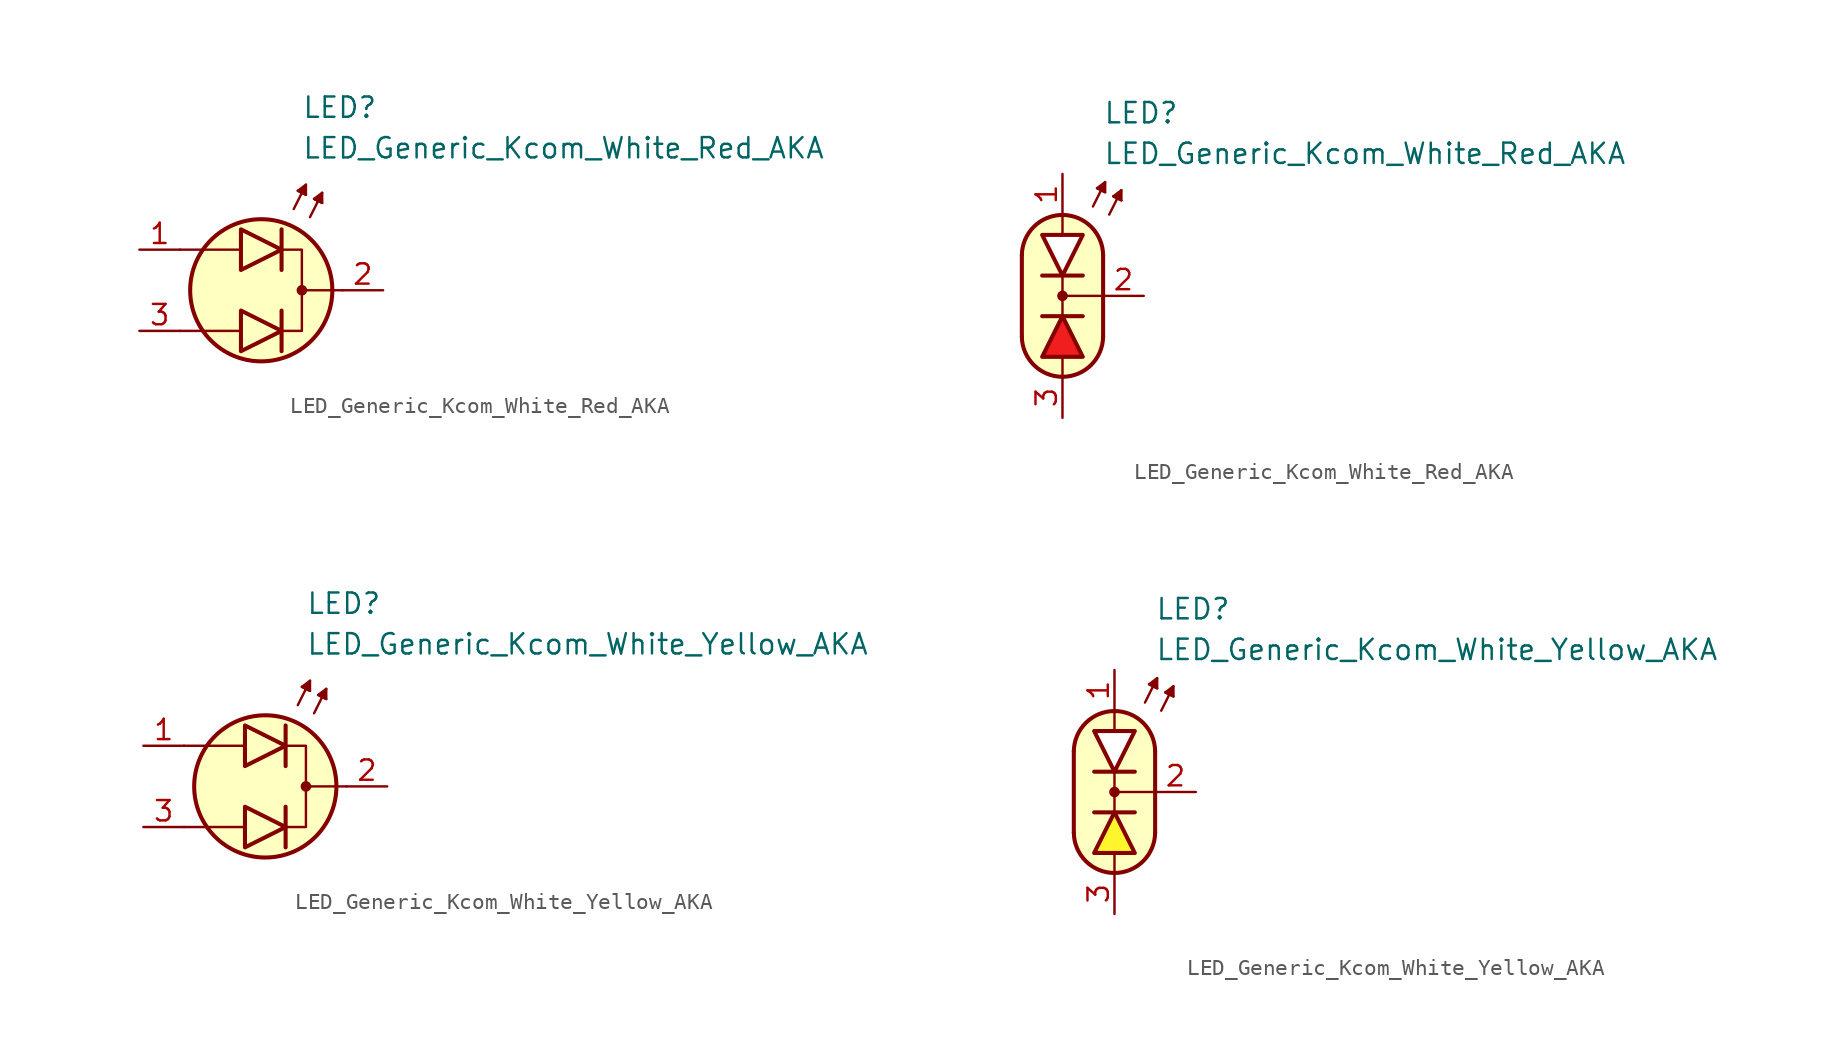
<source format=kicad_sym>
(kicad_symbol_lib
  (version 20231120)
  (generator "kicad_symbol_editor")
  (generator_version "8.0")
  (symbol "LED_Generic_Kcom_White_Red_AKA"
    (pin_names
      (offset 1.016) hide)
    (property "Reference" "LED"
      (at 2.54 11.43 0)
      (effects (font (size 1.27 1.27)) (justify left)))
    (property "Value" "LED_Generic_Kcom_White_Red_AKA"
      (at 2.54 8.89 0)
      (effects (font (size 1.27 1.27)) (justify left)))
    (symbol "LED_Generic_Kcom_White_Red_AKA_0_1"
      (polyline (pts (xy -1.397 -2.54) (xy -5.08 -2.54)) (stroke (width 0.152) (type default)) (fill (type none)))
      (polyline (pts (xy -1.397 2.54) (xy -5.08 2.54)) (stroke (width 0.152) (type default)) (fill (type none)))
      (polyline (pts (xy 1.27 -1.27) (xy 1.27 -3.81)) (stroke (width 0.254) (type default)) (fill (type none)))
      (polyline (pts (xy 1.27 3.81) (xy 1.27 1.27)) (stroke (width 0.254) (type default)) (fill (type none)))
      (polyline (pts (xy 2.032 5.08) (xy 2.794 6.604)) (stroke (width 0.152) (type default)) (fill (type none)))
      (polyline (pts (xy 2.54 6.096) (xy 2.286 6.223)) (stroke (width 0.152) (type default)) (fill (type none)))
      (polyline (pts (xy 2.54 6.096) (xy 2.794 5.969)) (stroke (width 0.152) (type default)) (fill (type none)))
      (polyline (pts (xy 3.048 4.572) (xy 3.81 6.096)) (stroke (width 0.152) (type default)) (fill (type none)))
      (polyline (pts (xy 3.556 5.588) (xy 3.302 5.715)) (stroke (width 0.152) (type default)) (fill (type none)))
      (polyline (pts (xy 3.556 5.588) (xy 3.81 5.461)) (stroke (width 0.152) (type default)) (fill (type none)))
      (polyline (pts (xy 5.08 0) (xy 2.54 0)) (stroke (width 0.152) (type default)) (fill (type none)))
      (polyline (pts (xy -1.27 -1.27) (xy -1.27 -3.81) (xy 1.27 -2.54) (xy -1.27 -1.27)) (stroke (width 0.254) (type default)) (fill (type color) (color 240 30 30 1)))
      (polyline (pts (xy -1.27 3.81) (xy -1.27 1.27) (xy 1.27 2.54) (xy -1.27 3.81)) (stroke (width 0.254) (type default)) (fill (type color) (color 255 255 255 1)))
      (polyline (pts (xy 1.27 2.54) (xy 2.54 2.54) (xy 2.54 -2.54) (xy 1.27 -2.54)) (stroke (width 0.152) (type default)) (fill (type none)))
      (polyline (pts (xy 2.794 5.969) (xy 2.286 6.223) (xy 2.794 6.604) (xy 2.794 5.969)) (stroke (width 0.152) (type default)) (fill (type outline)))
      (polyline (pts (xy 3.81 5.461) (xy 3.302 5.715) (xy 3.81 6.096) (xy 3.81 5.461)) (stroke (width 0.152) (type default)) (fill (type outline)))
      (circle (center 0 0) (radius 4.445) (stroke (width 0.254) (type default)) (fill (type background)))
      (circle (center 2.54 0) (radius 0.254) (stroke (width 0) (type default)) (fill (type outline))))
    (symbol "LED_Generic_Kcom_White_Red_AKA_0_2"
      (arc (start -2.54 -2.54) (mid 0 -5.0576) (end 2.54 -2.54) (stroke (width 0.254) (type default)) (fill (type none)))
      (polyline (pts (xy -2.54 2.54) (xy -2.54 -2.54)) (stroke (width 0.254) (type default)) (fill (type none)))
      (polyline (pts (xy -1.27 -1.27) (xy 1.27 -1.27)) (stroke (width 0.254) (type default)) (fill (type none)))
      (polyline (pts (xy 0 -5.08) (xy 0 -3.81)) (stroke (width 0) (type default)) (fill (type none)))
      (polyline (pts (xy 0 -1.27) (xy 0 1.27)) (stroke (width 0) (type default)) (fill (type none)))
      (polyline (pts (xy 0 5.08) (xy 0 3.81)) (stroke (width 0) (type default)) (fill (type none)))
      (polyline (pts (xy 1.27 1.27) (xy -1.27 1.27)) (stroke (width 0.254) (type default)) (fill (type none)))
      (polyline (pts (xy 1.905 5.588) (xy 2.667 7.112)) (stroke (width 0.152) (type default)) (fill (type none)))
      (polyline (pts (xy 2.413 6.604) (xy 2.159 6.731)) (stroke (width 0.152) (type default)) (fill (type none)))
      (polyline (pts (xy 2.413 6.604) (xy 2.667 6.477)) (stroke (width 0.152) (type default)) (fill (type none)))
      (polyline (pts (xy 2.54 -2.54) (xy 2.54 2.54)) (stroke (width 0.254) (type default)) (fill (type none)))
      (polyline (pts (xy 2.54 0) (xy 0 0)) (stroke (width 0) (type default)) (fill (type none)))
      (polyline (pts (xy 2.921 5.08) (xy 3.683 6.604)) (stroke (width 0.152) (type default)) (fill (type none)))
      (polyline (pts (xy 3.429 6.096) (xy 3.175 6.223)) (stroke (width 0.152) (type default)) (fill (type none)))
      (polyline (pts (xy 3.429 6.096) (xy 3.683 5.969)) (stroke (width 0.152) (type default)) (fill (type none)))
      (polyline (pts (xy 2.667 6.477) (xy 2.159 6.731) (xy 2.667 7.112) (xy 2.667 6.477)) (stroke (width 0.152) (type default)) (fill (type outline)))
      (polyline (pts (xy 3.683 5.969) (xy 3.175 6.223) (xy 3.683 6.604) (xy 3.683 5.969)) (stroke (width 0.152) (type default)) (fill (type outline)))
      (polyline (pts (xy 0 5.08) (xy 1.016 4.826) (xy 1.778 4.318) (xy 2.286 3.556) (xy 2.54 3.048) (xy 2.54 -2.794) (xy 2.286 -3.556) (xy 1.778 -4.318) (xy 1.016 -4.826) (xy 0.254 -5.08) (xy -0.254 -5.08) (xy -1.016 -4.826) (xy -1.524 -4.572) (xy -2.032 -4.064) (xy -2.286 -3.556) (xy -2.54 -2.794) (xy -2.54 2.794) (xy -2.286 3.556) (xy -2.032 4.064) (xy -1.524 4.572) (xy -1.016 4.826) (xy 0 5.08)) (stroke (width 0.01) (type default)) (fill (type background)))
      (circle (center 0 0) (radius 0.254) (stroke (width 0) (type default)) (fill (type outline)))
      (arc (start 2.54 2.54) (mid 0 5.0576) (end -2.54 2.54) (stroke (width 0.254) (type default)) (fill (type none))))
    (symbol "LED_Generic_Kcom_White_Red_AKA_1_1"
      (pin passive line (at -7.62 2.54 0) (length 2.54) (name "A1" (effects (font (size 1.27 1.27)))) (number "1" (effects (font (size 1.27 1.27)))))
      (pin passive line (at 7.62 0 180) (length 2.54) (name "K" (effects (font (size 1.27 1.27)))) (number "2" (effects (font (size 1.27 1.27)))))
      (pin passive line (at -7.62 -2.54 0) (length 2.54) (name "A2" (effects (font (size 1.27 1.27)))) (number "3" (effects (font (size 1.27 1.27))))))
    (symbol "LED_Generic_Kcom_White_Red_AKA_1_2"
      (polyline (pts (xy -1.27 -3.81) (xy 1.27 -3.81) (xy 0 -1.27) (xy -1.27 -3.81)) (stroke (width 0.254) (type default)) (fill (type color) (color 240 30 30 1)))
      (polyline (pts (xy 1.27 3.81) (xy -1.27 3.81) (xy 0 1.27) (xy 1.27 3.81)) (stroke (width 0.254) (type default)) (fill (type color) (color 255 255 255 1)))
      (pin passive line (at 0 7.62 270) (length 2.54) (name "A1" (effects (font (size 1.27 1.27)))) (number "1" (effects (font (size 1.27 1.27)))))
      (pin passive line (at 5.08 0 180) (length 2.54) (name "K" (effects (font (size 1.27 1.27)))) (number "2" (effects (font (size 1.27 1.27)))))
      (pin passive line (at 0 -7.62 90) (length 2.54) (name "A2" (effects (font (size 1.27 1.27)))) (number "3" (effects (font (size 1.27 1.27)))))))
  (symbol "LED_Generic_Kcom_White_Yellow_AKA"
    (pin_names
      (offset 1.016) hide)
    (property "Reference" "LED"
      (at 2.54 11.43 0)
      (effects (font (size 1.27 1.27)) (justify left)))
    (property "Value" "LED_Generic_Kcom_White_Yellow_AKA"
      (at 2.54 8.89 0)
      (effects (font (size 1.27 1.27)) (justify left)))
    (symbol "LED_Generic_Kcom_White_Yellow_AKA_0_1"
      (polyline (pts (xy -1.397 -2.54) (xy -5.08 -2.54)) (stroke (width 0.152) (type default)) (fill (type none)))
      (polyline (pts (xy -1.397 2.54) (xy -5.08 2.54)) (stroke (width 0.152) (type default)) (fill (type none)))
      (polyline (pts (xy 1.27 -1.27) (xy 1.27 -3.81)) (stroke (width 0.254) (type default)) (fill (type none)))
      (polyline (pts (xy 1.27 3.81) (xy 1.27 1.27)) (stroke (width 0.254) (type default)) (fill (type none)))
      (polyline (pts (xy 2.032 5.08) (xy 2.794 6.604)) (stroke (width 0.152) (type default)) (fill (type none)))
      (polyline (pts (xy 2.54 6.096) (xy 2.286 6.223)) (stroke (width 0.152) (type default)) (fill (type none)))
      (polyline (pts (xy 2.54 6.096) (xy 2.794 5.969)) (stroke (width 0.152) (type default)) (fill (type none)))
      (polyline (pts (xy 3.048 4.572) (xy 3.81 6.096)) (stroke (width 0.152) (type default)) (fill (type none)))
      (polyline (pts (xy 3.556 5.588) (xy 3.302 5.715)) (stroke (width 0.152) (type default)) (fill (type none)))
      (polyline (pts (xy 3.556 5.588) (xy 3.81 5.461)) (stroke (width 0.152) (type default)) (fill (type none)))
      (polyline (pts (xy 5.08 0) (xy 2.54 0)) (stroke (width 0.152) (type default)) (fill (type none)))
      (polyline (pts (xy -1.27 -1.27) (xy -1.27 -3.81) (xy 1.27 -2.54) (xy -1.27 -1.27)) (stroke (width 0.254) (type default)) (fill (type color) (color 255 245 45 1)))
      (polyline (pts (xy -1.27 3.81) (xy -1.27 1.27) (xy 1.27 2.54) (xy -1.27 3.81)) (stroke (width 0.254) (type default)) (fill (type color) (color 255 255 255 1)))
      (polyline (pts (xy 1.27 2.54) (xy 2.54 2.54) (xy 2.54 -2.54) (xy 1.27 -2.54)) (stroke (width 0.152) (type default)) (fill (type none)))
      (polyline (pts (xy 2.794 5.969) (xy 2.286 6.223) (xy 2.794 6.604) (xy 2.794 5.969)) (stroke (width 0.152) (type default)) (fill (type outline)))
      (polyline (pts (xy 3.81 5.461) (xy 3.302 5.715) (xy 3.81 6.096) (xy 3.81 5.461)) (stroke (width 0.152) (type default)) (fill (type outline)))
      (circle (center 0 0) (radius 4.445) (stroke (width 0.254) (type default)) (fill (type background)))
      (circle (center 2.54 0) (radius 0.254) (stroke (width 0) (type default)) (fill (type outline))))
    (symbol "LED_Generic_Kcom_White_Yellow_AKA_0_2"
      (arc (start -2.54 -2.54) (mid 0 -5.0576) (end 2.54 -2.54) (stroke (width 0.254) (type default)) (fill (type none)))
      (polyline (pts (xy -2.54 2.54) (xy -2.54 -2.54)) (stroke (width 0.254) (type default)) (fill (type none)))
      (polyline (pts (xy -1.27 -1.27) (xy 1.27 -1.27)) (stroke (width 0.254) (type default)) (fill (type none)))
      (polyline (pts (xy 0 -5.08) (xy 0 -3.81)) (stroke (width 0) (type default)) (fill (type none)))
      (polyline (pts (xy 0 -1.27) (xy 0 1.27)) (stroke (width 0) (type default)) (fill (type none)))
      (polyline (pts (xy 0 5.08) (xy 0 3.81)) (stroke (width 0) (type default)) (fill (type none)))
      (polyline (pts (xy 1.27 1.27) (xy -1.27 1.27)) (stroke (width 0.254) (type default)) (fill (type none)))
      (polyline (pts (xy 1.905 5.588) (xy 2.667 7.112)) (stroke (width 0.152) (type default)) (fill (type none)))
      (polyline (pts (xy 2.413 6.604) (xy 2.159 6.731)) (stroke (width 0.152) (type default)) (fill (type none)))
      (polyline (pts (xy 2.413 6.604) (xy 2.667 6.477)) (stroke (width 0.152) (type default)) (fill (type none)))
      (polyline (pts (xy 2.54 -2.54) (xy 2.54 2.54)) (stroke (width 0.254) (type default)) (fill (type none)))
      (polyline (pts (xy 2.54 0) (xy 0 0)) (stroke (width 0) (type default)) (fill (type none)))
      (polyline (pts (xy 2.921 5.08) (xy 3.683 6.604)) (stroke (width 0.152) (type default)) (fill (type none)))
      (polyline (pts (xy 3.429 6.096) (xy 3.175 6.223)) (stroke (width 0.152) (type default)) (fill (type none)))
      (polyline (pts (xy 3.429 6.096) (xy 3.683 5.969)) (stroke (width 0.152) (type default)) (fill (type none)))
      (polyline (pts (xy 2.667 6.477) (xy 2.159 6.731) (xy 2.667 7.112) (xy 2.667 6.477)) (stroke (width 0.152) (type default)) (fill (type outline)))
      (polyline (pts (xy 3.683 5.969) (xy 3.175 6.223) (xy 3.683 6.604) (xy 3.683 5.969)) (stroke (width 0.152) (type default)) (fill (type outline)))
      (polyline (pts (xy 0 5.08) (xy 1.016 4.826) (xy 1.778 4.318) (xy 2.286 3.556) (xy 2.54 3.048) (xy 2.54 -2.794) (xy 2.286 -3.556) (xy 1.778 -4.318) (xy 1.016 -4.826) (xy 0.254 -5.08) (xy -0.254 -5.08) (xy -1.016 -4.826) (xy -1.524 -4.572) (xy -2.032 -4.064) (xy -2.286 -3.556) (xy -2.54 -2.794) (xy -2.54 2.794) (xy -2.286 3.556) (xy -2.032 4.064) (xy -1.524 4.572) (xy -1.016 4.826) (xy 0 5.08)) (stroke (width 0.01) (type default)) (fill (type background)))
      (circle (center 0 0) (radius 0.254) (stroke (width 0) (type default)) (fill (type outline)))
      (arc (start 2.54 2.54) (mid 0 5.0576) (end -2.54 2.54) (stroke (width 0.254) (type default)) (fill (type none))))
    (symbol "LED_Generic_Kcom_White_Yellow_AKA_1_1"
      (pin passive line (at -7.62 2.54 0) (length 2.54) (name "A1" (effects (font (size 1.27 1.27)))) (number "1" (effects (font (size 1.27 1.27)))))
      (pin passive line (at 7.62 0 180) (length 2.54) (name "K" (effects (font (size 1.27 1.27)))) (number "2" (effects (font (size 1.27 1.27)))))
      (pin passive line (at -7.62 -2.54 0) (length 2.54) (name "A2" (effects (font (size 1.27 1.27)))) (number "3" (effects (font (size 1.27 1.27))))))
    (symbol "LED_Generic_Kcom_White_Yellow_AKA_1_2"
      (polyline (pts (xy -1.27 -3.81) (xy 1.27 -3.81) (xy 0 -1.27) (xy -1.27 -3.81)) (stroke (width 0.254) (type default)) (fill (type color) (color 255 245 45 1)))
      (polyline (pts (xy 1.27 3.81) (xy -1.27 3.81) (xy 0 1.27) (xy 1.27 3.81)) (stroke (width 0.254) (type default)) (fill (type color) (color 255 255 255 1)))
      (pin passive line (at 0 7.62 270) (length 2.54) (name "A1" (effects (font (size 1.27 1.27)))) (number "1" (effects (font (size 1.27 1.27)))))
      (pin passive line (at 5.08 0 180) (length 2.54) (name "K" (effects (font (size 1.27 1.27)))) (number "2" (effects (font (size 1.27 1.27)))))
      (pin passive line (at 0 -7.62 90) (length 2.54) (name "A2" (effects (font (size 1.27 1.27)))) (number "3" (effects (font (size 1.27 1.27))))))))
</source>
